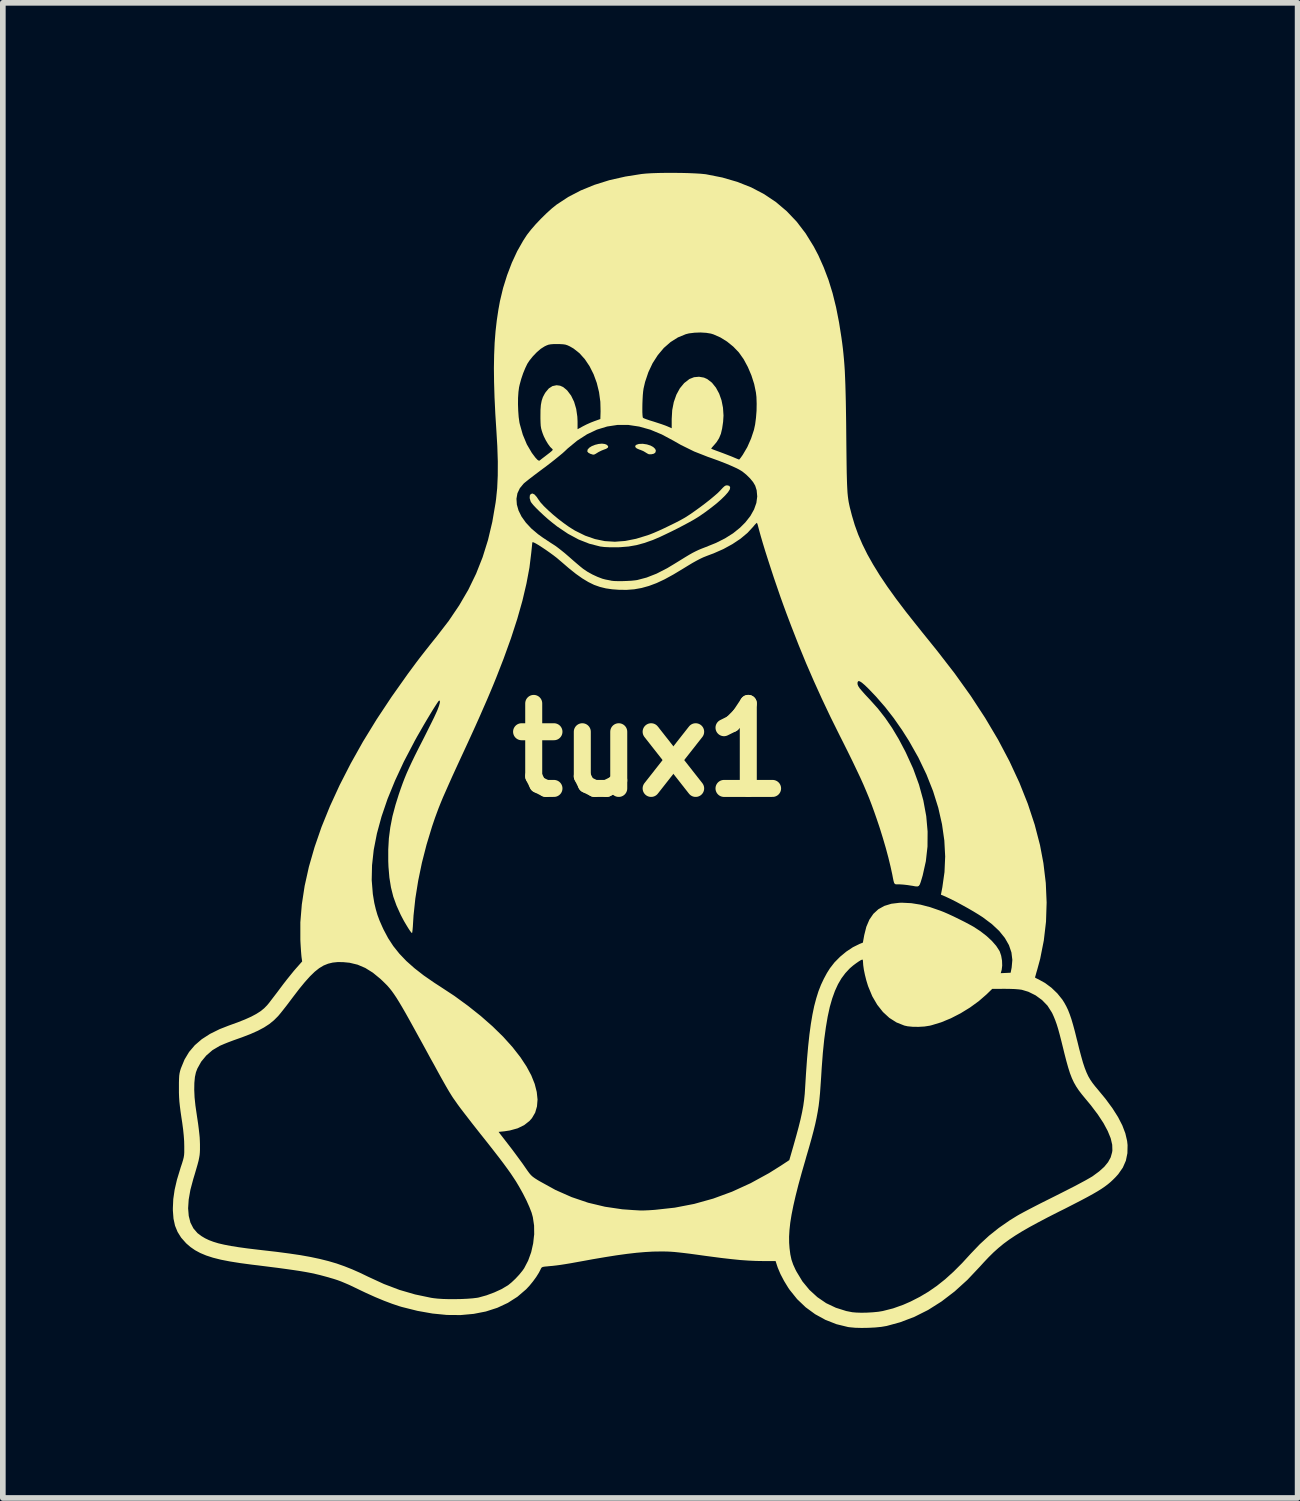
<source format=kicad_pcb>
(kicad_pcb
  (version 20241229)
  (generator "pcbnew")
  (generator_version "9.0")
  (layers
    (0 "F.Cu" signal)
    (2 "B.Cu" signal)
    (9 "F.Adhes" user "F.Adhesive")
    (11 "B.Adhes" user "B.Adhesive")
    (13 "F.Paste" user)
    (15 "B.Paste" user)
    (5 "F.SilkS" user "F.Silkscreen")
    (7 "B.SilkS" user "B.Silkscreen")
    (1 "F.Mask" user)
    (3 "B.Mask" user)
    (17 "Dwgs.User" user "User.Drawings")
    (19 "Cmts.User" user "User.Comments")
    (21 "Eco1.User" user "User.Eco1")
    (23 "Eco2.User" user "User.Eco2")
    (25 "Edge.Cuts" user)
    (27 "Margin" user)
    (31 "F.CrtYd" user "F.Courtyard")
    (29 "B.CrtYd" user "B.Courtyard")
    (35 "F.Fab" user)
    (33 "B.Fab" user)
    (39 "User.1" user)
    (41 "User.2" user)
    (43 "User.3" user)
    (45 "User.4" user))
  (footprint "tux1"
    (layer "F.Cu")
    (at 8.438 10.182)
    (property "Reference" "tux1" (at 0 0 0) (layer "F.SilkS") (effects (font (size 1.5 1.5) (thickness 0.3))))
    (attr board_only exclude_from_pos_files exclude_from_bom)
    (fp_poly (pts (xy -0.815 -5.398) (xy -0.78 -5.383) (xy -0.758 -5.358) (xy -0.763 -5.334) (xy -0.795 -5.313) (xy -0.823 -5.303) (xy -0.872 -5.284) (xy -0.925 -5.258) (xy -0.945 -5.246) (xy -0.982 -5.223) (xy -1.006 -5.212) (xy -1.027 -5.211) (xy -1.055 -5.22) (xy -1.072 -5.225) (xy -1.106 -5.243) (xy -1.125 -5.265) (xy -1.126 -5.268) (xy -1.12 -5.301) (xy -1.091 -5.333) (xy -1.045 -5.362) (xy -0.989 -5.384) (xy -0.928 -5.399) (xy -0.868 -5.405)) (stroke (width 0) (type solid)) (fill yes) (layer "F.SilkS"))
    (fp_poly (pts (xy -0.147 -5.402) (xy -0.074 -5.391) (xy -0.011 -5.371) (xy 0.039 -5.343) (xy 0.072 -5.311) (xy 0.084 -5.278) (xy 0.072 -5.244) (xy 0.071 -5.243) (xy 0.044 -5.226) (xy 0.003 -5.217) (xy -0.036 -5.217) (xy -0.044 -5.219) (xy -0.068 -5.231) (xy -0.102 -5.252) (xy -0.104 -5.253) (xy -0.144 -5.276) (xy -0.193 -5.296) (xy -0.202 -5.298) (xy -0.253 -5.32) (xy -0.279 -5.344) (xy -0.28 -5.367) (xy -0.258 -5.386) (xy -0.216 -5.399) (xy -0.153 -5.402)) (stroke (width 0) (type solid)) (fill yes) (layer "F.SilkS"))
    (fp_poly (pts (xy 1.347 -4.668) (xy 1.379 -4.66) (xy 1.392 -4.639) (xy 1.394 -4.626) (xy 1.386 -4.593) (xy 1.356 -4.547) (xy 1.306 -4.49) (xy 1.24 -4.425) (xy 1.16 -4.354) (xy 1.067 -4.28) (xy 0.966 -4.204) (xy 0.857 -4.128) (xy 0.818 -4.103) (xy 0.756 -4.065) (xy 0.674 -4.019) (xy 0.577 -3.967) (xy 0.472 -3.912) (xy 0.362 -3.857) (xy 0.256 -3.806) (xy 0.157 -3.759) (xy 0.071 -3.722) (xy 0.031 -3.705) (xy -0.12 -3.652) (xy -0.259 -3.614) (xy -0.397 -3.59) (xy -0.544 -3.578) (xy -0.593 -3.576) (xy -0.721 -3.576) (xy -0.826 -3.581) (xy -0.898 -3.59) (xy -1.09 -3.639) (xy -1.278 -3.713) (xy -1.466 -3.814) (xy -1.655 -3.941) (xy -1.742 -4.009) (xy -1.819 -4.072) (xy -1.894 -4.139) (xy -1.965 -4.205) (xy -2.027 -4.266) (xy -2.077 -4.319) (xy -2.112 -4.362) (xy -2.126 -4.385) (xy -2.143 -4.444) (xy -2.14 -4.49) (xy -2.123 -4.516) (xy -2.093 -4.525) (xy -2.057 -4.507) (xy -2.017 -4.462) (xy -1.992 -4.424) (xy -1.952 -4.368) (xy -1.892 -4.302) (xy -1.816 -4.229) (xy -1.73 -4.152) (xy -1.636 -4.074) (xy -1.54 -4.001) (xy -1.446 -3.934) (xy -1.358 -3.879) (xy -1.337 -3.867) (xy -1.163 -3.781) (xy -0.99 -3.721) (xy -0.817 -3.685) (xy -0.64 -3.674) (xy -0.457 -3.688) (xy -0.266 -3.726) (xy -0.063 -3.788) (xy -0.021 -3.803) (xy 0.049 -3.831) (xy 0.134 -3.868) (xy 0.23 -3.912) (xy 0.329 -3.96) (xy 0.425 -4.007) (xy 0.512 -4.052) (xy 0.582 -4.091) (xy 0.614 -4.11) (xy 0.692 -4.161) (xy 0.778 -4.221) (xy 0.868 -4.286) (xy 0.958 -4.354) (xy 1.042 -4.42) (xy 1.116 -4.482) (xy 1.176 -4.534) (xy 1.217 -4.575) (xy 1.218 -4.576) (xy 1.26 -4.622) (xy 1.291 -4.651) (xy 1.314 -4.665) (xy 1.336 -4.669)) (stroke (width 0) (type solid)) (fill yes) (layer "F.SilkS"))
    (fp_poly (pts (xy 0.525 -10.181) (xy 0.653 -10.178) (xy 0.771 -10.173) (xy 0.873 -10.167) (xy 0.954 -10.159) (xy 0.974 -10.156) (xy 1.257 -10.1) (xy 1.521 -10.023) (xy 1.766 -9.926) (xy 1.993 -9.807) (xy 2.202 -9.667) (xy 2.393 -9.505) (xy 2.568 -9.321) (xy 2.726 -9.114) (xy 2.868 -8.884) (xy 2.95 -8.728) (xy 3.045 -8.515) (xy 3.129 -8.294) (xy 3.201 -8.061) (xy 3.263 -7.811) (xy 3.316 -7.541) (xy 3.357 -7.28) (xy 3.371 -7.18) (xy 3.383 -7.084) (xy 3.393 -6.989) (xy 3.402 -6.894) (xy 3.41 -6.794) (xy 3.417 -6.688) (xy 3.422 -6.572) (xy 3.427 -6.444) (xy 3.431 -6.302) (xy 3.435 -6.142) (xy 3.438 -5.961) (xy 3.441 -5.758) (xy 3.443 -5.539) (xy 3.445 -5.34) (xy 3.447 -5.167) (xy 3.449 -5.018) (xy 3.451 -4.89) (xy 3.454 -4.78) (xy 3.457 -4.686) (xy 3.461 -4.606) (xy 3.465 -4.537) (xy 3.471 -4.476) (xy 3.478 -4.422) (xy 3.486 -4.372) (xy 3.496 -4.323) (xy 3.507 -4.274) (xy 3.521 -4.221) (xy 3.536 -4.162) (xy 3.543 -4.135) (xy 3.593 -3.967) (xy 3.654 -3.799) (xy 3.728 -3.628) (xy 3.815 -3.452) (xy 3.917 -3.271) (xy 4.034 -3.081) (xy 4.169 -2.88) (xy 4.322 -2.667) (xy 4.494 -2.44) (xy 4.666 -2.223) (xy 4.723 -2.152) (xy 4.792 -2.065) (xy 4.869 -1.97) (xy 4.948 -1.872) (xy 5.023 -1.779) (xy 5.048 -1.748) (xy 5.356 -1.35) (xy 5.638 -0.956) (xy 5.893 -0.566) (xy 6.122 -0.18) (xy 6.323 0.201) (xy 6.498 0.578) (xy 6.646 0.95) (xy 6.767 1.317) (xy 6.861 1.678) (xy 6.921 1.996) (xy 6.963 2.346) (xy 6.978 2.691) (xy 6.967 3.03) (xy 6.928 3.362) (xy 6.864 3.685) (xy 6.814 3.869) (xy 6.797 3.927) (xy 6.784 3.975) (xy 6.775 4.005) (xy 6.773 4.014) (xy 6.785 4.023) (xy 6.815 4.038) (xy 6.836 4.048) (xy 6.95 4.111) (xy 7.063 4.195) (xy 7.167 4.295) (xy 7.255 4.404) (xy 7.289 4.458) (xy 7.324 4.521) (xy 7.356 4.588) (xy 7.385 4.662) (xy 7.415 4.749) (xy 7.445 4.851) (xy 7.478 4.973) (xy 7.514 5.119) (xy 7.515 5.12) (xy 7.553 5.275) (xy 7.588 5.406) (xy 7.619 5.516) (xy 7.65 5.609) (xy 7.681 5.688) (xy 7.713 5.757) (xy 7.749 5.819) (xy 7.789 5.877) (xy 7.835 5.936) (xy 7.869 5.976) (xy 8.016 6.154) (xy 8.139 6.321) (xy 8.238 6.477) (xy 8.314 6.625) (xy 8.367 6.765) (xy 8.398 6.898) (xy 8.406 6.971) (xy 8.403 7.114) (xy 8.376 7.246) (xy 8.322 7.369) (xy 8.241 7.485) (xy 8.194 7.537) (xy 8.149 7.582) (xy 8.104 7.624) (xy 8.056 7.664) (xy 8.004 7.703) (xy 7.944 7.744) (xy 7.875 7.787) (xy 7.794 7.834) (xy 7.698 7.887) (xy 7.585 7.947) (xy 7.453 8.015) (xy 7.299 8.094) (xy 7.204 8.141) (xy 7.007 8.241) (xy 6.834 8.332) (xy 6.681 8.415) (xy 6.545 8.493) (xy 6.425 8.567) (xy 6.317 8.639) (xy 6.219 8.711) (xy 6.128 8.786) (xy 6.041 8.864) (xy 5.956 8.948) (xy 5.87 9.039) (xy 5.799 9.117) (xy 5.58 9.349) (xy 5.355 9.553) (xy 5.124 9.73) (xy 4.887 9.88) (xy 4.644 10.002) (xy 4.394 10.097) (xy 4.156 10.162) (xy 4.063 10.178) (xy 3.953 10.189) (xy 3.834 10.195) (xy 3.714 10.197) (xy 3.601 10.194) (xy 3.504 10.185) (xy 3.474 10.181) (xy 3.27 10.131) (xy 3.076 10.055) (xy 2.894 9.955) (xy 2.727 9.833) (xy 2.576 9.689) (xy 2.445 9.526) (xy 2.42 9.49) (xy 2.345 9.367) (xy 2.282 9.247) (xy 2.235 9.136) (xy 2.222 9.098) (xy 2.196 9.017) (xy 1.975 9.017) (xy 1.85 9.015) (xy 1.718 9.009) (xy 1.575 8.999) (xy 1.418 8.983) (xy 1.242 8.963) (xy 1.044 8.937) (xy 0.96 8.926) (xy 0.81 8.905) (xy 0.685 8.888) (xy 0.579 8.875) (xy 0.49 8.865) (xy 0.413 8.857) (xy 0.344 8.852) (xy 0.279 8.849) (xy 0.214 8.848) (xy 0.165 8.848) (xy 0.033 8.85) (xy -0.107 8.858) (xy -0.258 8.871) (xy -0.423 8.89) (xy -0.605 8.915) (xy -0.807 8.947) (xy -1.031 8.985) (xy -1.161 9.009) (xy -1.3 9.034) (xy -1.415 9.055) (xy -1.512 9.071) (xy -1.595 9.084) (xy -1.669 9.094) (xy -1.738 9.102) (xy -1.806 9.108) (xy -1.823 9.11) (xy -1.878 9.115) (xy -1.912 9.121) (xy -1.931 9.131) (xy -1.943 9.148) (xy -1.949 9.162) (xy -1.981 9.224) (xy -2.028 9.299) (xy -2.085 9.377) (xy -2.147 9.453) (xy -2.206 9.516) (xy -2.359 9.647) (xy -2.528 9.755) (xy -2.714 9.842) (xy -2.916 9.907) (xy -3.131 9.949) (xy -3.361 9.97) (xy -3.603 9.968) (xy -3.857 9.943) (xy -4.122 9.896) (xy -4.398 9.827) (xy -4.445 9.813) (xy -4.57 9.771) (xy -4.713 9.717) (xy -4.867 9.653) (xy -5.027 9.581) (xy -5.126 9.534) (xy -5.236 9.481) (xy -5.326 9.438) (xy -5.403 9.405) (xy -5.47 9.377) (xy -5.535 9.353) (xy -5.603 9.331) (xy -5.679 9.309) (xy -5.684 9.307) (xy -5.765 9.285) (xy -5.843 9.264) (xy -5.923 9.245) (xy -6.006 9.227) (xy -6.096 9.21) (xy -6.196 9.193) (xy -6.309 9.176) (xy -6.436 9.158) (xy -6.582 9.138) (xy -6.749 9.117) (xy -6.939 9.093) (xy -7.041 9.081) (xy -7.25 9.053) (xy -7.432 9.024) (xy -7.591 8.993) (xy -7.73 8.958) (xy -7.85 8.919) (xy -7.955 8.875) (xy -8.046 8.826) (xy -8.127 8.77) (xy -8.2 8.707) (xy -8.207 8.7) (xy -8.292 8.604) (xy -8.355 8.503) (xy -8.4 8.393) (xy -8.427 8.269) (xy -8.438 8.125) (xy -8.438 8.086) (xy -8.169 8.086) (xy -8.158 8.221) (xy -8.128 8.339) (xy -8.076 8.44) (xy -8.004 8.524) (xy -7.932 8.578) (xy -7.87 8.615) (xy -7.801 8.648) (xy -7.724 8.677) (xy -7.636 8.704) (xy -7.533 8.728) (xy -7.414 8.751) (xy -7.276 8.773) (xy -7.116 8.795) (xy -6.932 8.817) (xy -6.846 8.827) (xy -6.603 8.855) (xy -6.384 8.884) (xy -6.187 8.913) (xy -6.009 8.945) (xy -5.845 8.98) (xy -5.693 9.018) (xy -5.55 9.06) (xy -5.411 9.109) (xy -5.275 9.163) (xy -5.137 9.224) (xy -4.994 9.293) (xy -4.992 9.294) (xy -4.714 9.422) (xy -4.44 9.526) (xy -4.165 9.606) (xy -3.884 9.665) (xy -3.838 9.672) (xy -3.766 9.68) (xy -3.674 9.686) (xy -3.57 9.689) (xy -3.459 9.689) (xy -3.348 9.687) (xy -3.243 9.682) (xy -3.151 9.675) (xy -3.076 9.666) (xy -3.046 9.661) (xy -2.905 9.622) (xy -2.768 9.571) (xy -2.641 9.513) (xy -2.533 9.449) (xy -2.523 9.443) (xy -2.462 9.393) (xy -2.394 9.329) (xy -2.327 9.257) (xy -2.27 9.187) (xy -2.24 9.144) (xy -2.17 9.01) (xy -2.116 8.861) (xy -2.081 8.705) (xy -2.068 8.586) (xy 2.434 8.586) (xy 2.435 8.695) (xy 2.442 8.791) (xy 2.456 8.9) (xy 2.476 8.992) (xy 2.506 9.079) (xy 2.548 9.171) (xy 2.566 9.205) (xy 2.67 9.377) (xy 2.793 9.526) (xy 2.933 9.654) (xy 3.088 9.76) (xy 3.259 9.841) (xy 3.443 9.899) (xy 3.55 9.92) (xy 3.621 9.926) (xy 3.711 9.929) (xy 3.811 9.927) (xy 3.913 9.921) (xy 4.007 9.912) (xy 4.085 9.899) (xy 4.27 9.852) (xy 4.449 9.788) (xy 4.579 9.731) (xy 4.741 9.648) (xy 4.894 9.557) (xy 5.041 9.455) (xy 5.187 9.339) (xy 5.334 9.206) (xy 5.487 9.053) (xy 5.641 8.885) (xy 5.8 8.719) (xy 5.962 8.57) (xy 6.135 8.432) (xy 6.325 8.3) (xy 6.456 8.219) (xy 6.503 8.192) (xy 6.573 8.154) (xy 6.66 8.108) (xy 6.76 8.056) (xy 6.871 7.999) (xy 6.989 7.94) (xy 7.109 7.88) (xy 7.133 7.868) (xy 7.252 7.808) (xy 7.368 7.749) (xy 7.478 7.693) (xy 7.577 7.64) (xy 7.663 7.594) (xy 7.731 7.555) (xy 7.779 7.527) (xy 7.787 7.522) (xy 7.904 7.436) (xy 7.995 7.354) (xy 8.062 7.272) (xy 8.108 7.188) (xy 8.133 7.099) (xy 8.138 7.066) (xy 8.135 6.965) (xy 8.108 6.85) (xy 8.056 6.723) (xy 7.981 6.583) (xy 7.881 6.431) (xy 7.758 6.268) (xy 7.669 6.161) (xy 7.603 6.081) (xy 7.547 6.008) (xy 7.5 5.938) (xy 7.459 5.866) (xy 7.423 5.789) (xy 7.39 5.703) (xy 7.358 5.602) (xy 7.325 5.484) (xy 7.289 5.344) (xy 7.273 5.278) (xy 7.238 5.137) (xy 7.208 5.02) (xy 7.181 4.922) (xy 7.156 4.841) (xy 7.131 4.771) (xy 7.106 4.709) (xy 7.08 4.651) (xy 7.066 4.625) (xy 6.993 4.511) (xy 6.897 4.412) (xy 6.783 4.329) (xy 6.656 4.266) (xy 6.54 4.231) (xy 6.488 4.224) (xy 6.413 4.218) (xy 6.323 4.215) (xy 6.237 4.214) (xy 6.018 4.215) (xy 5.916 4.314) (xy 5.78 4.432) (xy 5.626 4.544) (xy 5.46 4.646) (xy 5.289 4.734) (xy 5.117 4.805) (xy 4.953 4.855) (xy 4.918 4.864) (xy 4.823 4.879) (xy 4.72 4.885) (xy 4.617 4.884) (xy 4.525 4.875) (xy 4.467 4.862) (xy 4.329 4.807) (xy 4.203 4.727) (xy 4.09 4.623) (xy 3.989 4.495) (xy 3.902 4.346) (xy 3.831 4.175) (xy 3.824 4.155) (xy 3.796 4.063) (xy 3.772 3.967) (xy 3.753 3.875) (xy 3.742 3.796) (xy 3.739 3.752) (xy 3.737 3.717) (xy 3.73 3.698) (xy 3.728 3.697) (xy 3.704 3.706) (xy 3.666 3.729) (xy 3.618 3.762) (xy 3.567 3.8) (xy 3.52 3.84) (xy 3.501 3.857) (xy 3.426 3.938) (xy 3.358 4.029) (xy 3.297 4.133) (xy 3.243 4.251) (xy 3.195 4.384) (xy 3.152 4.534) (xy 3.115 4.704) (xy 3.083 4.893) (xy 3.054 5.105) (xy 3.03 5.341) (xy 3.01 5.602) (xy 2.999 5.779) (xy 2.989 5.923) (xy 2.98 6.051) (xy 2.969 6.168) (xy 2.956 6.277) (xy 2.939 6.383) (xy 2.919 6.49) (xy 2.895 6.602) (xy 2.865 6.724) (xy 2.829 6.859) (xy 2.786 7.012) (xy 2.735 7.186) (xy 2.726 7.219) (xy 2.657 7.458) (xy 2.598 7.673) (xy 2.549 7.867) (xy 2.509 8.041) (xy 2.478 8.197) (xy 2.455 8.339) (xy 2.441 8.468) (xy 2.434 8.586) (xy -2.068 8.586) (xy -2.063 8.546) (xy -2.065 8.39) (xy -2.087 8.243) (xy -2.109 8.163) (xy -2.148 8.063) (xy -2.2 7.947) (xy -2.262 7.825) (xy -2.33 7.703) (xy -2.385 7.611) (xy -2.431 7.541) (xy -2.481 7.466) (xy -2.539 7.385) (xy -2.605 7.295) (xy -2.683 7.192) (xy -2.773 7.076) (xy -2.877 6.943) (xy -2.997 6.792) (xy -3.007 6.78) (xy -3.084 6.682) (xy -3.162 6.583) (xy -3.236 6.487) (xy -3.304 6.399) (xy -3.363 6.322) (xy -3.408 6.261) (xy -3.421 6.243) (xy -3.446 6.207) (xy -3.469 6.174) (xy -3.492 6.142) (xy -3.514 6.108) (xy -3.537 6.071) (xy -3.563 6.029) (xy -3.592 5.98) (xy -3.625 5.923) (xy -3.664 5.854) (xy -3.71 5.772) (xy -3.763 5.676) (xy -3.825 5.562) (xy -3.898 5.431) (xy -3.981 5.278) (xy -4.077 5.103) (xy -4.094 5.073) (xy -4.185 4.907) (xy -4.264 4.764) (xy -4.333 4.641) (xy -4.393 4.537) (xy -4.446 4.448) (xy -4.493 4.372) (xy -4.536 4.308) (xy -4.576 4.252) (xy -4.615 4.203) (xy -4.654 4.158) (xy -4.696 4.116) (xy -4.74 4.073) (xy -4.777 4.038) (xy -4.91 3.929) (xy -5.043 3.846) (xy -5.179 3.788) (xy -5.32 3.754) (xy -5.435 3.743) (xy -5.531 3.742) (xy -5.618 3.751) (xy -5.7 3.771) (xy -5.779 3.803) (xy -5.857 3.85) (xy -5.936 3.913) (xy -6.019 3.994) (xy -6.109 4.094) (xy -6.209 4.216) (xy -6.314 4.353) (xy -6.375 4.434) (xy -6.434 4.512) (xy -6.489 4.582) (xy -6.535 4.64) (xy -6.57 4.682) (xy -6.581 4.695) (xy -6.655 4.769) (xy -6.736 4.835) (xy -6.83 4.896) (xy -6.939 4.954) (xy -7.067 5.011) (xy -7.217 5.069) (xy -7.288 5.094) (xy -7.372 5.124) (xy -7.457 5.156) (xy -7.535 5.187) (xy -7.597 5.214) (xy -7.613 5.221) (xy -7.739 5.296) (xy -7.848 5.39) (xy -7.938 5.499) (xy -8.006 5.621) (xy -8.031 5.687) (xy -8.049 5.769) (xy -8.059 5.874) (xy -8.061 5.996) (xy -8.055 6.131) (xy -8.04 6.274) (xy -8.03 6.343) (xy -8.01 6.48) (xy -7.993 6.593) (xy -7.981 6.687) (xy -7.972 6.766) (xy -7.965 6.834) (xy -7.962 6.896) (xy -7.96 6.955) (xy -7.96 6.999) (xy -7.96 7.054) (xy -7.962 7.101) (xy -7.966 7.147) (xy -7.974 7.194) (xy -7.985 7.248) (xy -8.002 7.312) (xy -8.025 7.392) (xy -8.054 7.491) (xy -8.078 7.57) (xy -8.129 7.761) (xy -8.159 7.933) (xy -8.169 8.086) (xy -8.438 8.086) (xy -8.438 8.081) (xy -8.431 7.924) (xy -8.407 7.759) (xy -8.366 7.582) (xy -8.307 7.388) (xy -8.303 7.373) (xy -8.277 7.296) (xy -8.259 7.237) (xy -8.247 7.19) (xy -8.24 7.146) (xy -8.237 7.098) (xy -8.237 7.037) (xy -8.237 6.992) (xy -8.239 6.902) (xy -8.246 6.805) (xy -8.257 6.696) (xy -8.274 6.569) (xy -8.285 6.498) (xy -8.302 6.382) (xy -8.314 6.287) (xy -8.323 6.205) (xy -8.328 6.128) (xy -8.331 6.049) (xy -8.331 5.961) (xy -8.331 5.955) (xy -8.331 5.866) (xy -8.329 5.799) (xy -8.326 5.747) (xy -8.32 5.705) (xy -8.311 5.665) (xy -8.298 5.622) (xy -8.293 5.609) (xy -8.232 5.461) (xy -8.152 5.328) (xy -8.051 5.209) (xy -7.928 5.103) (xy -7.782 5.009) (xy -7.612 4.925) (xy -7.451 4.862) (xy -7.296 4.806) (xy -7.165 4.754) (xy -7.056 4.705) (xy -6.966 4.657) (xy -6.891 4.609) (xy -6.828 4.558) (xy -6.775 4.504) (xy -6.77 4.498) (xy -6.741 4.463) (xy -6.7 4.409) (xy -6.65 4.344) (xy -6.595 4.272) (xy -6.545 4.205) (xy -6.485 4.125) (xy -6.421 4.043) (xy -6.358 3.965) (xy -6.303 3.897) (xy -6.27 3.859) (xy -6.157 3.731) (xy -6.168 3.654) (xy -6.172 3.613) (xy -6.177 3.551) (xy -6.182 3.475) (xy -6.187 3.391) (xy -6.189 3.344) (xy -6.189 3.04) (xy -6.163 2.725) (xy -6.113 2.398) (xy -6.09 2.295) (xy -4.93 2.295) (xy -4.91 2.543) (xy -4.884 2.7) (xy -4.858 2.809) (xy -4.829 2.909) (xy -4.792 3.009) (xy -4.744 3.118) (xy -4.721 3.168) (xy -4.641 3.319) (xy -4.549 3.46) (xy -4.442 3.594) (xy -4.319 3.723) (xy -4.176 3.85) (xy -4.012 3.978) (xy -3.824 4.108) (xy -3.728 4.17) (xy -3.471 4.339) (xy -3.23 4.515) (xy -3.005 4.694) (xy -2.798 4.876) (xy -2.611 5.059) (xy -2.447 5.241) (xy -2.306 5.421) (xy -2.197 5.587) (xy -2.114 5.742) (xy -2.054 5.892) (xy -2.018 6.034) (xy -2.004 6.167) (xy -2.014 6.289) (xy -2.046 6.399) (xy -2.103 6.496) (xy -2.146 6.545) (xy -2.24 6.619) (xy -2.355 6.675) (xy -2.492 6.713) (xy -2.591 6.728) (xy -2.692 6.738) (xy -2.517 6.964) (xy -2.453 7.047) (xy -2.387 7.136) (xy -2.323 7.223) (xy -2.266 7.301) (xy -2.23 7.353) (xy -2.185 7.418) (xy -2.15 7.466) (xy -2.12 7.501) (xy -2.088 7.53) (xy -2.049 7.558) (xy -1.997 7.591) (xy -1.966 7.609) (xy -1.687 7.763) (xy -1.402 7.889) (xy -1.111 7.988) (xy -0.813 8.059) (xy -0.508 8.104) (xy -0.31 8.118) (xy -0.255 8.121) (xy -0.205 8.124) (xy -0.176 8.125) (xy -0.147 8.125) (xy -0.096 8.123) (xy -0.03 8.12) (xy 0.045 8.115) (xy 0.071 8.113) (xy 0.417 8.075) (xy 0.759 8.009) (xy 1.096 7.915) (xy 1.428 7.793) (xy 1.756 7.643) (xy 2.079 7.466) (xy 2.288 7.335) (xy 2.438 7.236) (xy 2.51 6.987) (xy 2.56 6.809) (xy 2.602 6.654) (xy 2.636 6.517) (xy 2.663 6.394) (xy 2.684 6.281) (xy 2.699 6.174) (xy 2.71 6.069) (xy 2.716 5.976) (xy 2.733 5.7) (xy 2.751 5.449) (xy 2.771 5.223) (xy 2.793 5.019) (xy 2.818 4.835) (xy 2.846 4.669) (xy 2.877 4.519) (xy 2.913 4.383) (xy 2.952 4.258) (xy 2.997 4.143) (xy 3.047 4.037) (xy 3.102 3.935) (xy 3.155 3.851) (xy 3.235 3.748) (xy 3.334 3.648) (xy 3.444 3.557) (xy 3.56 3.48) (xy 3.674 3.424) (xy 3.678 3.422) (xy 3.736 3.399) (xy 3.76 3.266) (xy 3.797 3.119) (xy 3.851 2.993) (xy 3.921 2.891) (xy 4.009 2.81) (xy 4.115 2.751) (xy 4.239 2.713) (xy 4.382 2.696) (xy 4.431 2.695) (xy 4.591 2.703) (xy 4.753 2.729) (xy 4.922 2.773) (xy 5.104 2.836) (xy 5.165 2.86) (xy 5.243 2.894) (xy 5.336 2.937) (xy 5.436 2.986) (xy 5.534 3.035) (xy 5.622 3.082) (xy 5.687 3.118) (xy 5.807 3.196) (xy 5.917 3.281) (xy 6.011 3.368) (xy 6.088 3.456) (xy 6.142 3.539) (xy 6.151 3.556) (xy 6.176 3.63) (xy 6.191 3.717) (xy 6.194 3.804) (xy 6.185 3.879) (xy 6.183 3.886) (xy 6.168 3.938) (xy 6.256 3.934) (xy 6.343 3.93) (xy 6.361 3.838) (xy 6.373 3.704) (xy 6.357 3.572) (xy 6.313 3.443) (xy 6.241 3.317) (xy 6.141 3.193) (xy 6.013 3.073) (xy 5.856 2.955) (xy 5.852 2.952) (xy 5.779 2.905) (xy 5.689 2.85) (xy 5.589 2.792) (xy 5.484 2.734) (xy 5.383 2.679) (xy 5.29 2.632) (xy 5.213 2.596) (xy 5.199 2.589) (xy 5.113 2.553) (xy 5.138 2.423) (xy 5.176 2.154) (xy 5.188 1.879) (xy 5.173 1.597) (xy 5.132 1.31) (xy 5.066 1.019) (xy 4.974 0.725) (xy 4.857 0.43) (xy 4.715 0.134) (xy 4.549 -0.16) (xy 4.427 -0.352) (xy 4.279 -0.564) (xy 4.128 -0.758) (xy 3.965 -0.945) (xy 3.84 -1.076) (xy 3.771 -1.143) (xy 3.718 -1.188) (xy 3.68 -1.212) (xy 3.655 -1.215) (xy 3.643 -1.197) (xy 3.641 -1.176) (xy 3.644 -1.152) (xy 3.656 -1.124) (xy 3.679 -1.089) (xy 3.716 -1.045) (xy 3.767 -0.987) (xy 3.836 -0.913) (xy 3.859 -0.889) (xy 3.999 -0.733) (xy 4.129 -0.567) (xy 4.251 -0.389) (xy 4.369 -0.192) (xy 4.485 0.028) (xy 4.493 0.044) (xy 4.623 0.329) (xy 4.726 0.612) (xy 4.803 0.892) (xy 4.854 1.168) (xy 4.878 1.439) (xy 4.876 1.704) (xy 4.847 1.963) (xy 4.791 2.214) (xy 4.776 2.265) (xy 4.756 2.331) (xy 4.74 2.374) (xy 4.722 2.399) (xy 4.698 2.408) (xy 4.661 2.406) (xy 4.607 2.396) (xy 4.591 2.394) (xy 4.521 2.383) (xy 4.449 2.375) (xy 4.389 2.371) (xy 4.378 2.371) (xy 4.341 2.371) (xy 4.316 2.37) (xy 4.299 2.362) (xy 4.287 2.344) (xy 4.277 2.31) (xy 4.266 2.257) (xy 4.254 2.194) (xy 4.224 2.057) (xy 4.186 1.9) (xy 4.141 1.732) (xy 4.091 1.561) (xy 4.039 1.393) (xy 4.022 1.341) (xy 3.977 1.208) (xy 3.934 1.085) (xy 3.891 0.967) (xy 3.847 0.852) (xy 3.799 0.736) (xy 3.748 0.616) (xy 3.691 0.489) (xy 3.626 0.352) (xy 3.554 0.201) (xy 3.472 0.034) (xy 3.378 -0.154) (xy 3.324 -0.261) (xy 3.161 -0.59) (xy 3.011 -0.907) (xy 2.87 -1.218) (xy 2.734 -1.531) (xy 2.602 -1.853) (xy 2.47 -2.191) (xy 2.389 -2.405) (xy 2.335 -2.552) (xy 2.279 -2.708) (xy 2.223 -2.871) (xy 2.166 -3.037) (xy 2.112 -3.202) (xy 2.06 -3.362) (xy 2.012 -3.513) (xy 1.97 -3.651) (xy 1.934 -3.774) (xy 1.906 -3.876) (xy 1.891 -3.933) (xy 1.88 -3.975) (xy 1.87 -4.001) (xy 1.865 -4.008) (xy 1.852 -3.997) (xy 1.827 -3.971) (xy 1.799 -3.937) (xy 1.7 -3.83) (xy 1.578 -3.728) (xy 1.434 -3.632) (xy 1.275 -3.545) (xy 1.103 -3.469) (xy 1.054 -3.451) (xy 0.983 -3.424) (xy 0.92 -3.399) (xy 0.861 -3.371) (xy 0.8 -3.339) (xy 0.73 -3.3) (xy 0.647 -3.25) (xy 0.564 -3.199) (xy 0.393 -3.096) (xy 0.238 -3.011) (xy 0.095 -2.944) (xy -0.039 -2.894) (xy -0.169 -2.858) (xy -0.298 -2.835) (xy -0.43 -2.825) (xy -0.564 -2.826) (xy -0.687 -2.835) (xy -0.798 -2.851) (xy -0.904 -2.877) (xy -1.006 -2.913) (xy -1.108 -2.963) (xy -1.214 -3.027) (xy -1.327 -3.107) (xy -1.451 -3.206) (xy -1.588 -3.324) (xy -1.612 -3.344) (xy -1.662 -3.387) (xy -1.723 -3.434) (xy -1.789 -3.482) (xy -1.857 -3.53) (xy -1.923 -3.574) (xy -1.983 -3.613) (xy -2.034 -3.643) (xy -2.072 -3.662) (xy -2.092 -3.667) (xy -2.094 -3.665) (xy -2.098 -3.645) (xy -2.102 -3.603) (xy -2.108 -3.545) (xy -2.115 -3.478) (xy -2.147 -3.217) (xy -2.2 -2.935) (xy -2.271 -2.633) (xy -2.362 -2.312) (xy -2.473 -1.97) (xy -2.603 -1.61) (xy -2.73 -1.284) (xy -2.784 -1.151) (xy -2.839 -1.019) (xy -2.896 -0.885) (xy -2.957 -0.746) (xy -3.022 -0.597) (xy -3.094 -0.436) (xy -3.174 -0.26) (xy -3.264 -0.064) (xy -3.359 0.141) (xy -3.441 0.319) (xy -3.512 0.474) (xy -3.573 0.611) (xy -3.626 0.731) (xy -3.673 0.837) (xy -3.713 0.934) (xy -3.749 1.024) (xy -3.781 1.11) (xy -3.812 1.194) (xy -3.842 1.282) (xy -3.866 1.353) (xy -3.962 1.669) (xy -4.044 1.989) (xy -4.11 2.308) (xy -4.16 2.62) (xy -4.192 2.92) (xy -4.2 3.048) (xy -4.204 3.116) (xy -4.209 3.173) (xy -4.214 3.213) (xy -4.218 3.231) (xy -4.218 3.231) (xy -4.232 3.22) (xy -4.256 3.188) (xy -4.287 3.141) (xy -4.322 3.083) (xy -4.36 3.019) (xy -4.395 2.953) (xy -4.419 2.907) (xy -4.492 2.746) (xy -4.549 2.588) (xy -4.59 2.425) (xy -4.618 2.251) (xy -4.634 2.061) (xy -4.638 1.961) (xy -4.638 1.754) (xy -4.627 1.558) (xy -4.602 1.366) (xy -4.564 1.171) (xy -4.51 0.968) (xy -4.452 0.783) (xy -4.418 0.684) (xy -4.385 0.592) (xy -4.351 0.503) (xy -4.314 0.413) (xy -4.272 0.319) (xy -4.224 0.216) (xy -4.168 0.1) (xy -4.102 -0.032) (xy -4.028 -0.176) (xy -3.974 -0.283) (xy -3.923 -0.386) (xy -3.875 -0.482) (xy -3.833 -0.567) (xy -3.8 -0.638) (xy -3.777 -0.689) (xy -3.769 -0.708) (xy -3.742 -0.78) (xy -3.728 -0.833) (xy -3.727 -0.864) (xy -3.739 -0.873) (xy -3.741 -0.872) (xy -3.754 -0.858) (xy -3.778 -0.823) (xy -3.813 -0.769) (xy -3.856 -0.701) (xy -3.905 -0.62) (xy -3.959 -0.53) (xy -4.015 -0.435) (xy -4.071 -0.337) (xy -4.127 -0.24) (xy -4.179 -0.146) (xy -4.181 -0.141) (xy -4.363 0.206) (xy -4.519 0.542) (xy -4.651 0.865) (xy -4.757 1.176) (xy -4.838 1.474) (xy -4.894 1.76) (xy -4.924 2.034) (xy -4.93 2.295) (xy -6.09 2.295) (xy -6.038 2.061) (xy -5.938 1.714) (xy -5.815 1.358) (xy -5.667 0.993) (xy -5.496 0.621) (xy -5.301 0.24) (xy -5.084 -0.147) (xy -4.843 -0.54) (xy -4.579 -0.938) (xy -4.293 -1.342) (xy -4.143 -1.545) (xy -4.076 -1.633) (xy -3.998 -1.733) (xy -3.916 -1.837) (xy -3.837 -1.936) (xy -3.782 -2.004) (xy -3.571 -2.278) (xy -3.386 -2.552) (xy -3.225 -2.828) (xy -3.088 -3.11) (xy -2.973 -3.401) (xy -2.878 -3.705) (xy -2.802 -4.025) (xy -2.744 -4.364) (xy -2.736 -4.424) (xy -2.735 -4.432) (xy -2.376 -4.432) (xy -2.369 -4.329) (xy -2.339 -4.224) (xy -2.286 -4.117) (xy -2.21 -4.011) (xy -2.113 -3.907) (xy -1.995 -3.807) (xy -1.91 -3.746) (xy -1.845 -3.703) (xy -1.777 -3.658) (xy -1.716 -3.619) (xy -1.693 -3.604) (xy -1.649 -3.572) (xy -1.59 -3.526) (xy -1.524 -3.473) (xy -1.458 -3.416) (xy -1.442 -3.402) (xy -1.377 -3.345) (xy -1.312 -3.289) (xy -1.254 -3.24) (xy -1.207 -3.202) (xy -1.198 -3.195) (xy -1.124 -3.145) (xy -1.036 -3.096) (xy -0.945 -3.054) (xy -0.858 -3.021) (xy -0.804 -3.007) (xy -0.756 -2.998) (xy -0.715 -2.99) (xy -0.699 -2.986) (xy -0.653 -2.981) (xy -0.588 -2.979) (xy -0.511 -2.979) (xy -0.429 -2.982) (xy -0.35 -2.986) (xy -0.283 -2.993) (xy -0.247 -2.998) (xy -0.08 -3.042) (xy 0.096 -3.111) (xy 0.283 -3.207) (xy 0.401 -3.278) (xy 0.51 -3.345) (xy 0.599 -3.4) (xy 0.672 -3.444) (xy 0.734 -3.479) (xy 0.789 -3.507) (xy 0.84 -3.531) (xy 0.893 -3.553) (xy 0.95 -3.575) (xy 0.958 -3.578) (xy 1.144 -3.653) (xy 1.305 -3.734) (xy 1.446 -3.823) (xy 1.569 -3.922) (xy 1.662 -4.015) (xy 1.751 -4.128) (xy 1.816 -4.244) (xy 1.857 -4.359) (xy 1.872 -4.473) (xy 1.862 -4.582) (xy 1.836 -4.664) (xy 1.8 -4.725) (xy 1.746 -4.791) (xy 1.68 -4.856) (xy 1.611 -4.912) (xy 1.581 -4.931) (xy 1.516 -4.967) (xy 1.427 -5.008) (xy 1.318 -5.054) (xy 1.192 -5.103) (xy 1.054 -5.153) (xy 1.002 -5.171) (xy 0.758 -5.267) (xy 0.523 -5.383) (xy 0.395 -5.456) (xy 0.188 -5.567) (xy -0.014 -5.651) (xy -0.211 -5.706) (xy -0.404 -5.735) (xy -0.592 -5.735) (xy -0.776 -5.707) (xy -0.956 -5.652) (xy -1.132 -5.569) (xy -1.304 -5.458) (xy -1.473 -5.319) (xy -1.517 -5.277) (xy -1.561 -5.237) (xy -1.624 -5.185) (xy -1.699 -5.124) (xy -1.783 -5.058) (xy -1.869 -4.992) (xy -1.912 -4.961) (xy -1.993 -4.9) (xy -2.07 -4.842) (xy -2.138 -4.79) (xy -2.194 -4.746) (xy -2.233 -4.714) (xy -2.248 -4.701) (xy -2.316 -4.619) (xy -2.359 -4.529) (xy -2.376 -4.432) (xy -2.735 -4.432) (xy -2.716 -4.619) (xy -2.706 -4.841) (xy -2.705 -5.088) (xy -2.714 -5.362) (xy -2.729 -5.616) (xy -2.749 -5.931) (xy -2.757 -6.1) (xy -2.349 -6.1) (xy -2.345 -5.985) (xy -2.337 -5.875) (xy -2.324 -5.781) (xy -2.317 -5.749) (xy -2.264 -5.562) (xy -2.193 -5.392) (xy -2.105 -5.242) (xy -2.041 -5.157) (xy -2.004 -5.118) (xy -1.978 -5.103) (xy -1.971 -5.105) (xy -1.953 -5.118) (xy -1.919 -5.145) (xy -1.873 -5.18) (xy -1.838 -5.207) (xy -1.786 -5.247) (xy -1.754 -5.274) (xy -1.738 -5.291) (xy -1.737 -5.303) (xy -1.745 -5.313) (xy -1.747 -5.314) (xy -1.781 -5.347) (xy -1.82 -5.4) (xy -1.859 -5.465) (xy -1.894 -5.535) (xy -1.915 -5.589) (xy -1.93 -5.635) (xy -1.941 -5.676) (xy -1.948 -5.721) (xy -1.951 -5.775) (xy -1.953 -5.846) (xy -1.953 -5.891) (xy -1.952 -6.001) (xy -1.945 -6.089) (xy -1.931 -6.162) (xy -1.91 -6.225) (xy -1.879 -6.284) (xy -1.862 -6.311) (xy -1.805 -6.379) (xy -1.741 -6.42) (xy -1.67 -6.435) (xy -1.666 -6.435) (xy -1.606 -6.427) (xy -1.552 -6.403) (xy -1.497 -6.358) (xy -1.479 -6.341) (xy -1.412 -6.252) (xy -1.359 -6.143) (xy -1.322 -6.018) (xy -1.302 -5.881) (xy -1.298 -5.796) (xy -1.298 -5.659) (xy -1.203 -5.711) (xy -1.138 -5.744) (xy -1.064 -5.777) (xy -1.002 -5.801) (xy -0.896 -5.839) (xy -0.892 -5.971) (xy -0.893 -6.029) (xy -0.155 -6.029) (xy -0.155 -5.961) (xy -0.152 -5.906) (xy -0.148 -5.871) (xy -0.144 -5.862) (xy -0.128 -5.852) (xy -0.089 -5.837) (xy -0.035 -5.818) (xy 0.03 -5.798) (xy 0.037 -5.796) (xy 0.111 -5.772) (xy 0.184 -5.748) (xy 0.246 -5.726) (xy 0.286 -5.71) (xy 0.363 -5.676) (xy 0.363 -5.84) (xy 0.372 -5.996) (xy 0.4 -6.139) (xy 0.446 -6.269) (xy 0.507 -6.381) (xy 0.583 -6.473) (xy 0.673 -6.543) (xy 0.676 -6.545) (xy 0.757 -6.577) (xy 0.845 -6.585) (xy 0.932 -6.57) (xy 0.99 -6.544) (xy 1.073 -6.48) (xy 1.143 -6.393) (xy 1.2 -6.288) (xy 1.242 -6.169) (xy 1.268 -6.038) (xy 1.277 -5.9) (xy 1.27 -5.789) (xy 1.253 -5.673) (xy 1.231 -5.579) (xy 1.199 -5.502) (xy 1.158 -5.436) (xy 1.127 -5.398) (xy 1.093 -5.36) (xy 1.069 -5.331) (xy 1.06 -5.316) (xy 1.06 -5.315) (xy 1.075 -5.309) (xy 1.11 -5.295) (xy 1.161 -5.276) (xy 1.208 -5.259) (xy 1.28 -5.232) (xy 1.355 -5.203) (xy 1.422 -5.177) (xy 1.448 -5.166) (xy 1.495 -5.146) (xy 1.532 -5.131) (xy 1.551 -5.124) (xy 1.552 -5.123) (xy 1.563 -5.134) (xy 1.585 -5.162) (xy 1.613 -5.202) (xy 1.619 -5.211) (xy 1.697 -5.344) (xy 1.764 -5.496) (xy 1.814 -5.647) (xy 1.835 -5.744) (xy 1.85 -5.86) (xy 1.86 -5.985) (xy 1.862 -6.111) (xy 1.858 -6.229) (xy 1.849 -6.308) (xy 1.818 -6.457) (xy 1.769 -6.61) (xy 1.706 -6.758) (xy 1.632 -6.895) (xy 1.55 -7.011) (xy 1.547 -7.015) (xy 1.45 -7.116) (xy 1.339 -7.206) (xy 1.221 -7.279) (xy 1.101 -7.332) (xy 1.056 -7.346) (xy 0.971 -7.36) (xy 0.87 -7.366) (xy 0.765 -7.362) (xy 0.668 -7.35) (xy 0.612 -7.336) (xy 0.473 -7.279) (xy 0.343 -7.197) (xy 0.224 -7.093) (xy 0.118 -6.967) (xy 0.026 -6.824) (xy -0.049 -6.665) (xy -0.107 -6.492) (xy -0.134 -6.375) (xy -0.141 -6.324) (xy -0.147 -6.259) (xy -0.151 -6.184) (xy -0.154 -6.106) (xy -0.155 -6.029) (xy -0.893 -6.029) (xy -0.896 -6.143) (xy -0.919 -6.313) (xy -0.959 -6.476) (xy -1.015 -6.629) (xy -1.086 -6.77) (xy -1.169 -6.894) (xy -1.264 -7) (xy -1.369 -7.083) (xy -1.435 -7.121) (xy -1.476 -7.14) (xy -1.513 -7.152) (xy -1.554 -7.158) (xy -1.608 -7.161) (xy -1.658 -7.161) (xy -1.726 -7.161) (xy -1.774 -7.157) (xy -1.812 -7.15) (xy -1.848 -7.136) (xy -1.881 -7.12) (xy -1.947 -7.078) (xy -2.018 -7.017) (xy -2.087 -6.945) (xy -2.148 -6.869) (xy -2.184 -6.814) (xy -2.22 -6.739) (xy -2.258 -6.647) (xy -2.292 -6.546) (xy -2.319 -6.447) (xy -2.33 -6.399) (xy -2.341 -6.316) (xy -2.348 -6.213) (xy -2.349 -6.1) (xy -2.757 -6.1) (xy -2.763 -6.221) (xy -2.771 -6.489) (xy -2.774 -6.737) (xy -2.77 -6.967) (xy -2.761 -7.183) (xy -2.745 -7.387) (xy -2.723 -7.58) (xy -2.695 -7.767) (xy -2.667 -7.92) (xy -2.612 -8.15) (xy -2.541 -8.377) (xy -2.458 -8.595) (xy -2.363 -8.8) (xy -2.258 -8.985) (xy -2.191 -9.088) (xy -2.122 -9.177) (xy -2.037 -9.275) (xy -1.942 -9.375) (xy -1.844 -9.471) (xy -1.749 -9.557) (xy -1.669 -9.621) (xy -1.464 -9.756) (xy -1.241 -9.872) (xy -0.999 -9.971) (xy -0.737 -10.053) (xy -0.454 -10.117) (xy -0.169 -10.162) (xy -0.089 -10.17) (xy 0.012 -10.176) (xy 0.129 -10.18) (xy 0.258 -10.182) (xy 0.391 -10.182)) (stroke (width 0) (type solid)) (fill yes) (layer "F.SilkS")))
  (gr_rect
    (start -3 -3)
    (end 19.844 23.379)
    (stroke (width 0.1) (type default))
    (fill no)
    (layer "Edge.Cuts")))
</source>
